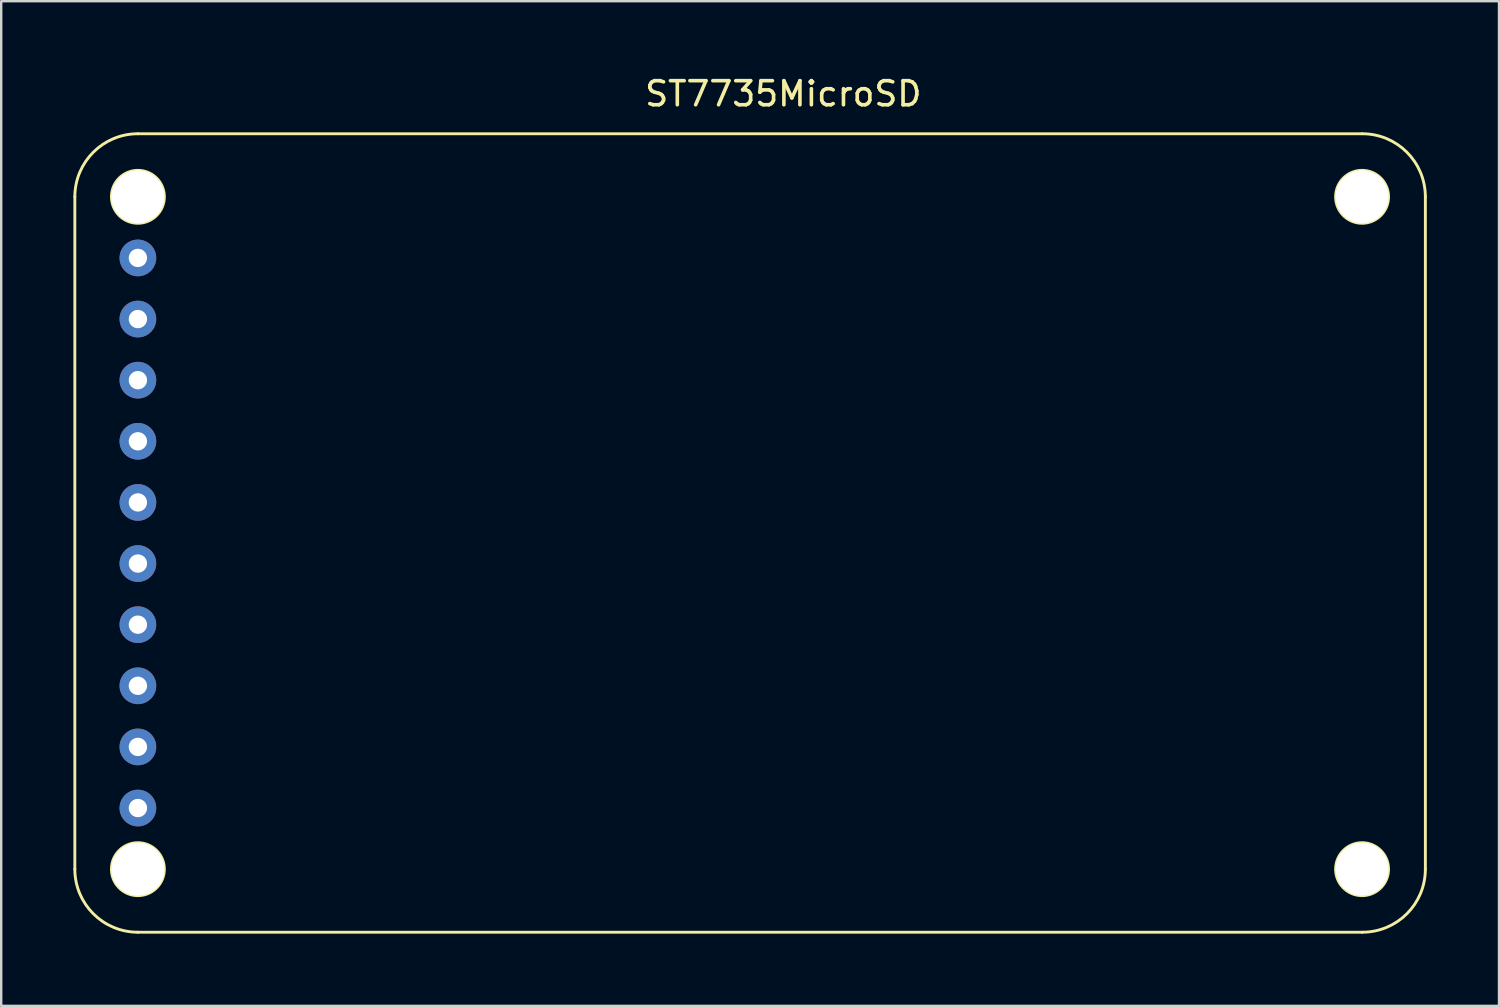
<source format=kicad_pcb>
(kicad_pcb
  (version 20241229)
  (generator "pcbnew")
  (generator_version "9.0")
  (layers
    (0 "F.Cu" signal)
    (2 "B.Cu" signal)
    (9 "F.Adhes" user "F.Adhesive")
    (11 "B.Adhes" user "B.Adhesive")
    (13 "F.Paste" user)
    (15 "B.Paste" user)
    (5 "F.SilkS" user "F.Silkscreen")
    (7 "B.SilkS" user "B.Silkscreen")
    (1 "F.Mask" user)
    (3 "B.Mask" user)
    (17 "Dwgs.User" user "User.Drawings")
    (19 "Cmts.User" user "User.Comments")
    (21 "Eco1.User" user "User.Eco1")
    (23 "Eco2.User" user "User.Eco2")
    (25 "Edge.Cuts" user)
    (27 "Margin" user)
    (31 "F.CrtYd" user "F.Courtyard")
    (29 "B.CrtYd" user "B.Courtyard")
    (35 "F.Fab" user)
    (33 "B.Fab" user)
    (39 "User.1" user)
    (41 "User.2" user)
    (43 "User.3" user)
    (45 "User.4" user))
  (footprint "ST7735MicroSD"
    (layer "F.Cu")
    (at 12.84 2.588)
    (property "Reference" "ST7735MicroSD" (at 16.66 -1.74 0) (layer "F.SilkS") (effects (font (size 1 1) (thickness 0.15))))
    (attr through_hole)
    (fp_line (start -12.78 2.54) (end -12.78 30.48) (stroke (width 0.12) (type solid)) (layer "F.SilkS"))
    (fp_line (start -10.16 -0.08) (end 40.71 -0.08) (stroke (width 0.12) (type solid)) (layer "F.SilkS"))
    (fp_line (start -10.16 33.1) (end 40.71 33.1) (stroke (width 0.12) (type solid)) (layer "F.SilkS"))
    (fp_line (start 43.34 30.48) (end 43.34 2.54) (stroke (width 0.12) (type solid)) (layer "F.SilkS"))
    (fp_arc (start -12.78 2.54) (mid -12.01262 0.68738) (end -10.16 -0.08) (stroke (width 0.12) (type solid)) (layer "F.SilkS"))
    (fp_arc (start -10.16 33.1) (mid -12.01262 32.33262) (end -12.78 30.48) (stroke (width 0.12) (type solid)) (layer "F.SilkS"))
    (fp_arc (start 40.72 -0.08) (mid 42.57262 0.68738) (end 43.34 2.54) (stroke (width 0.12) (type solid)) (layer "F.SilkS"))
    (fp_arc (start 43.34 30.48) (mid 42.57262 32.33262) (end 40.72 33.1) (stroke (width 0.12) (type solid)) (layer "F.SilkS"))
    (fp_circle (center -10.16 2.54) (end -9.06 2.54) (stroke (width 0.12) (type solid)) (fill no) (layer "F.SilkS"))
    (fp_circle (center -10.16 30.48) (end -9.06 30.48) (stroke (width 0.12) (type solid)) (fill no) (layer "F.SilkS"))
    (fp_circle (center 40.71 2.54) (end 41.81 2.54) (stroke (width 0.12) (type solid)) (fill no) (layer "F.SilkS"))
    (fp_circle (center 40.71 30.48) (end 41.81 30.48) (stroke (width 0.12) (type solid)) (fill no) (layer "F.SilkS"))
    (pad "" np_thru_hole circle (at -10.16 2.54) (size 2.2 2.2) (drill 2.2) (layers "*.Cu" "*.Mask"))
    (pad "" np_thru_hole circle (at -10.16 30.48) (size 2.2 2.2) (drill 2.2) (layers "*.Cu" "*.Mask"))
    (pad "" np_thru_hole circle (at 40.71 2.54) (size 2.2 2.2) (drill 2.2) (layers "*.Cu" "*.Mask"))
    (pad "" np_thru_hole circle (at 40.71 30.48) (size 2.2 2.2) (drill 2.2) (layers "*.Cu" "*.Mask"))
    (pad "1" thru_hole circle (at -10.16 5.08) (size 1.524 1.524) (drill 0.762) (layers "*.Cu" "*.Mask"))
    (pad "2" thru_hole circle (at -10.16 7.62) (size 1.524 1.524) (drill 0.762) (layers "*.Cu" "*.Mask"))
    (pad "3" thru_hole circle (at -10.16 10.16) (size 1.524 1.524) (drill 0.762) (layers "*.Cu" "*.Mask"))
    (pad "4" thru_hole circle (at -10.16 12.7) (size 1.524 1.524) (drill 0.762) (layers "*.Cu" "*.Mask"))
    (pad "5" thru_hole circle (at -10.16 15.24) (size 1.524 1.524) (drill 0.762) (layers "*.Cu" "*.Mask"))
    (pad "6" thru_hole circle (at -10.16 17.78) (size 1.524 1.524) (drill 0.762) (layers "*.Cu" "*.Mask"))
    (pad "7" thru_hole circle (at -10.16 20.32) (size 1.524 1.524) (drill 0.762) (layers "*.Cu" "*.Mask"))
    (pad "8" thru_hole circle (at -10.16 22.86) (size 1.524 1.524) (drill 0.762) (layers "*.Cu" "*.Mask"))
    (pad "9" thru_hole circle (at -10.16 25.4) (size 1.524 1.524) (drill 0.762) (layers "*.Cu" "*.Mask"))
    (pad "10" thru_hole circle (at -10.16 27.94) (size 1.524 1.524) (drill 0.762) (layers "*.Cu" "*.Mask")))
  (gr_rect
    (start -3 -3)
    (end 59.24 38.748)
    (stroke (width 0.1) (type default))
    (fill no)
    (layer "Edge.Cuts")))
</source>
